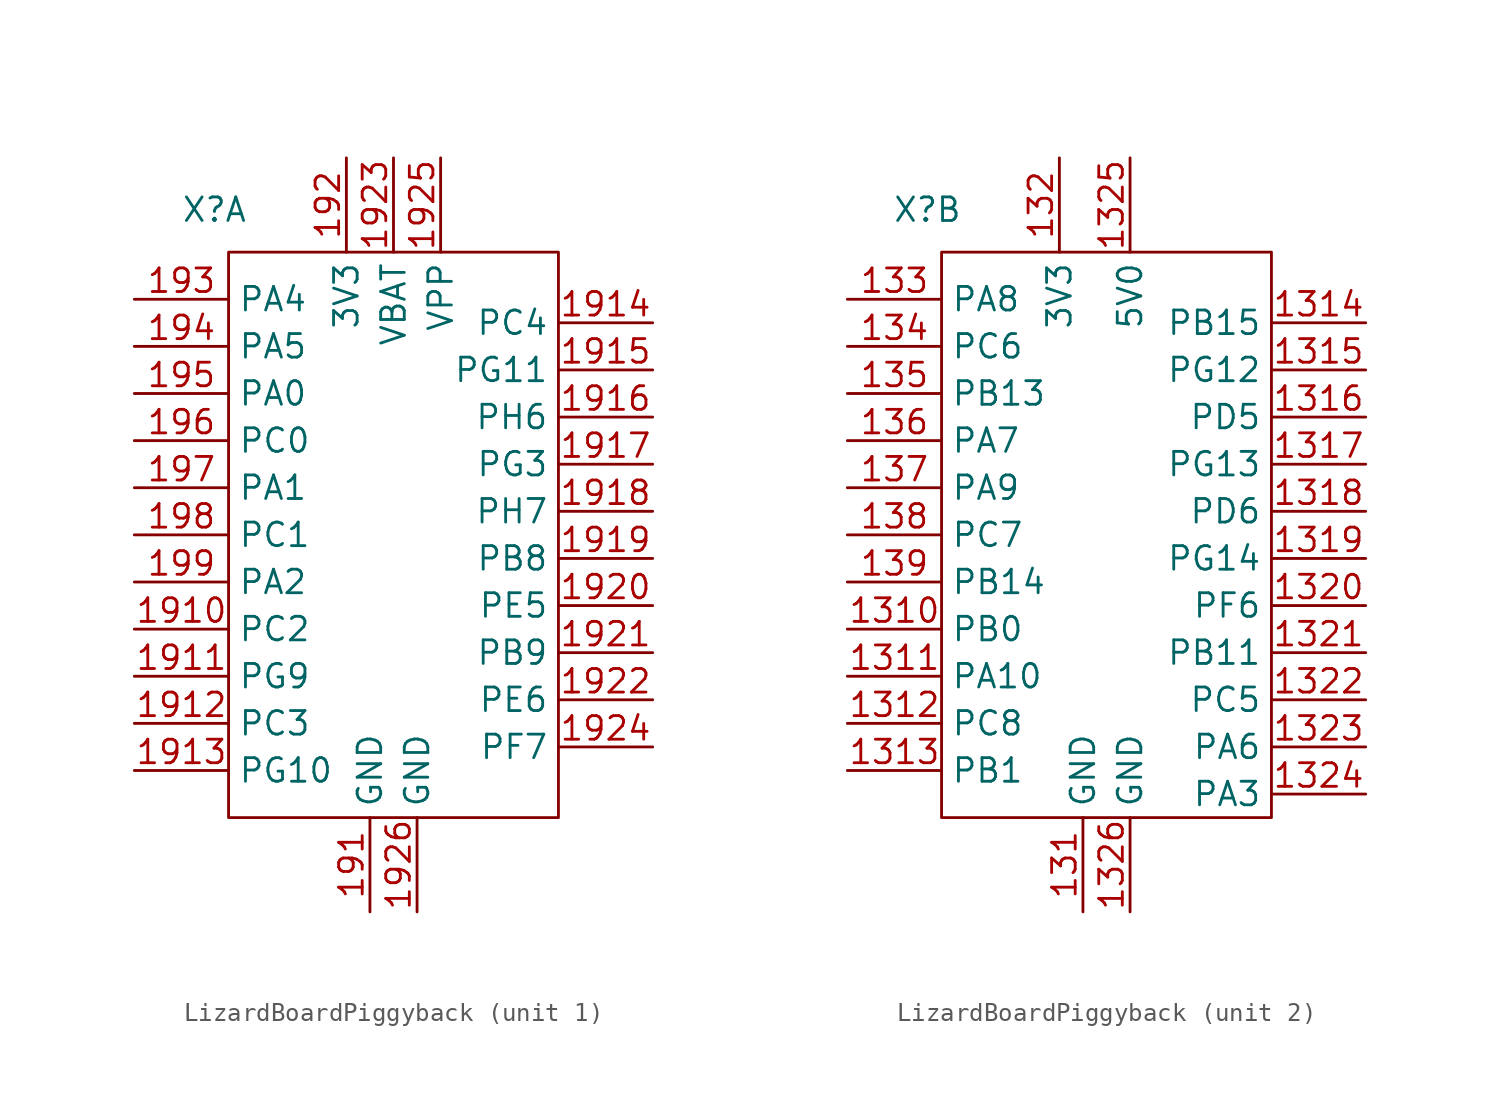
<source format=kicad_sym>
(kicad_symbol_lib
  (version 20241209)
  (generator "kicad_symbol_editor")
  (generator_version "9.0")
  (symbol "LizardBoardPiggyback"
    (property "Reference" "X"
      (at -9.652 16.256 0)
      (effects (font (size 1.27 1.27))))
    (property "Value" ""
      (at 0 0 0)
      (effects (font (size 1.27 1.27))))
    (symbol "LizardBoardPiggyback_0_1"
      (rectangle (start -8.89 13.97) (end 8.89 -16.51) (stroke (width 0) (type default)) (fill (type none))))
    (symbol "LizardBoardPiggyback_1_1"
      (pin input line (at -13.97 11.43 0) (length 5.08) (name "PA4" (effects (font (size 1.27 1.27)))) (number "193" (effects (font (size 1.27 1.27)))))
      (pin input line (at -13.97 8.89 0) (length 5.08) (name "PA5" (effects (font (size 1.27 1.27)))) (number "194" (effects (font (size 1.27 1.27)))))
      (pin input line (at -13.97 6.35 0) (length 5.08) (name "PA0" (effects (font (size 1.27 1.27)))) (number "195" (effects (font (size 1.27 1.27)))))
      (pin input line (at -13.97 3.81 0) (length 5.08) (name "PC0" (effects (font (size 1.27 1.27)))) (number "196" (effects (font (size 1.27 1.27)))))
      (pin input line (at -13.97 1.27 0) (length 5.08) (name "PA1" (effects (font (size 1.27 1.27)))) (number "197" (effects (font (size 1.27 1.27)))))
      (pin input line (at -13.97 -1.27 0) (length 5.08) (name "PC1" (effects (font (size 1.27 1.27)))) (number "198" (effects (font (size 1.27 1.27)))))
      (pin input line (at -13.97 -3.81 0) (length 5.08) (name "PA2" (effects (font (size 1.27 1.27)))) (number "199" (effects (font (size 1.27 1.27)))))
      (pin input line (at -13.97 -6.35 0) (length 5.08) (name "PC2" (effects (font (size 1.27 1.27)))) (number "1910" (effects (font (size 1.27 1.27)))))
      (pin input line (at -13.97 -8.89 0) (length 5.08) (name "PG9" (effects (font (size 1.27 1.27)))) (number "1911" (effects (font (size 1.27 1.27)))))
      (pin input line (at -13.97 -11.43 0) (length 5.08) (name "PC3" (effects (font (size 1.27 1.27)))) (number "1912" (effects (font (size 1.27 1.27)))))
      (pin input line (at -13.97 -13.97 0) (length 5.08) (name "PG10" (effects (font (size 1.27 1.27)))) (number "1913" (effects (font (size 1.27 1.27)))))
      (pin input line (at -2.54 19.05 270) (length 5.08) (name "3V3" (effects (font (size 1.27 1.27)))) (number "192" (effects (font (size 1.27 1.27)))))
      (pin input line (at -1.27 -21.59 90) (length 5.08) (name "GND" (effects (font (size 1.27 1.27)))) (number "191" (effects (font (size 1.27 1.27)))))
      (pin input line (at 0 19.05 270) (length 5.08) (name "VBAT" (effects (font (size 1.27 1.27)))) (number "1923" (effects (font (size 1.27 1.27)))))
      (pin input line (at 1.27 -21.59 90) (length 5.08) (name "GND" (effects (font (size 1.27 1.27)))) (number "1926" (effects (font (size 1.27 1.27)))))
      (pin input line (at 2.54 19.05 270) (length 5.08) (name "VPP" (effects (font (size 1.27 1.27)))) (number "1925" (effects (font (size 1.27 1.27)))))
      (pin input line (at 13.97 10.16 180) (length 5.08) (name "PC4" (effects (font (size 1.27 1.27)))) (number "1914" (effects (font (size 1.27 1.27)))))
      (pin input line (at 13.97 7.62 180) (length 5.08) (name "PG11" (effects (font (size 1.27 1.27)))) (number "1915" (effects (font (size 1.27 1.27)))))
      (pin input line (at 13.97 5.08 180) (length 5.08) (name "PH6" (effects (font (size 1.27 1.27)))) (number "1916" (effects (font (size 1.27 1.27)))))
      (pin input line (at 13.97 2.54 180) (length 5.08) (name "PG3" (effects (font (size 1.27 1.27)))) (number "1917" (effects (font (size 1.27 1.27)))))
      (pin input line (at 13.97 0 180) (length 5.08) (name "PH7" (effects (font (size 1.27 1.27)))) (number "1918" (effects (font (size 1.27 1.27)))))
      (pin input line (at 13.97 -2.54 180) (length 5.08) (name "PB8" (effects (font (size 1.27 1.27)))) (number "1919" (effects (font (size 1.27 1.27)))))
      (pin input line (at 13.97 -5.08 180) (length 5.08) (name "PE5" (effects (font (size 1.27 1.27)))) (number "1920" (effects (font (size 1.27 1.27)))))
      (pin input line (at 13.97 -7.62 180) (length 5.08) (name "PB9" (effects (font (size 1.27 1.27)))) (number "1921" (effects (font (size 1.27 1.27)))))
      (pin input line (at 13.97 -10.16 180) (length 5.08) (name "PE6" (effects (font (size 1.27 1.27)))) (number "1922" (effects (font (size 1.27 1.27)))))
      (pin input line (at 13.97 -12.7 180) (length 5.08) (name "PF7" (effects (font (size 1.27 1.27)))) (number "1924" (effects (font (size 1.27 1.27))))))
    (symbol "LizardBoardPiggyback_2_1"
      (pin input line (at -13.97 11.43 0) (length 5.08) (name "PA8" (effects (font (size 1.27 1.27)))) (number "133" (effects (font (size 1.27 1.27)))))
      (pin input line (at -13.97 8.89 0) (length 5.08) (name "PC6" (effects (font (size 1.27 1.27)))) (number "134" (effects (font (size 1.27 1.27)))))
      (pin input line (at -13.97 6.35 0) (length 5.08) (name "PB13" (effects (font (size 1.27 1.27)))) (number "135" (effects (font (size 1.27 1.27)))))
      (pin input line (at -13.97 3.81 0) (length 5.08) (name "PA7" (effects (font (size 1.27 1.27)))) (number "136" (effects (font (size 1.27 1.27)))))
      (pin input line (at -13.97 1.27 0) (length 5.08) (name "PA9" (effects (font (size 1.27 1.27)))) (number "137" (effects (font (size 1.27 1.27)))))
      (pin input line (at -13.97 -1.27 0) (length 5.08) (name "PC7" (effects (font (size 1.27 1.27)))) (number "138" (effects (font (size 1.27 1.27)))))
      (pin input line (at -13.97 -3.81 0) (length 5.08) (name "PB14" (effects (font (size 1.27 1.27)))) (number "139" (effects (font (size 1.27 1.27)))))
      (pin input line (at -13.97 -6.35 0) (length 5.08) (name "PB0" (effects (font (size 1.27 1.27)))) (number "1310" (effects (font (size 1.27 1.27)))))
      (pin input line (at -13.97 -8.89 0) (length 5.08) (name "PA10" (effects (font (size 1.27 1.27)))) (number "1311" (effects (font (size 1.27 1.27)))))
      (pin input line (at -13.97 -11.43 0) (length 5.08) (name "PC8" (effects (font (size 1.27 1.27)))) (number "1312" (effects (font (size 1.27 1.27)))))
      (pin input line (at -13.97 -13.97 0) (length 5.08) (name "PB1" (effects (font (size 1.27 1.27)))) (number "1313" (effects (font (size 1.27 1.27)))))
      (pin input line (at -2.54 19.05 270) (length 5.08) (name "3V3" (effects (font (size 1.27 1.27)))) (number "132" (effects (font (size 1.27 1.27)))))
      (pin input line (at -1.27 -21.59 90) (length 5.08) (name "GND" (effects (font (size 1.27 1.27)))) (number "131" (effects (font (size 1.27 1.27)))))
      (pin input line (at 1.27 19.05 270) (length 5.08) (name "5V0" (effects (font (size 1.27 1.27)))) (number "1325" (effects (font (size 1.27 1.27)))))
      (pin input line (at 1.27 -21.59 90) (length 5.08) (name "GND" (effects (font (size 1.27 1.27)))) (number "1326" (effects (font (size 1.27 1.27)))))
      (pin input line (at 13.97 10.16 180) (length 5.08) (name "PB15" (effects (font (size 1.27 1.27)))) (number "1314" (effects (font (size 1.27 1.27)))))
      (pin input line (at 13.97 7.62 180) (length 5.08) (name "PG12" (effects (font (size 1.27 1.27)))) (number "1315" (effects (font (size 1.27 1.27)))))
      (pin input line (at 13.97 5.08 180) (length 5.08) (name "PD5" (effects (font (size 1.27 1.27)))) (number "1316" (effects (font (size 1.27 1.27)))))
      (pin input line (at 13.97 2.54 180) (length 5.08) (name "PG13" (effects (font (size 1.27 1.27)))) (number "1317" (effects (font (size 1.27 1.27)))))
      (pin input line (at 13.97 0 180) (length 5.08) (name "PD6" (effects (font (size 1.27 1.27)))) (number "1318" (effects (font (size 1.27 1.27)))))
      (pin input line (at 13.97 -2.54 180) (length 5.08) (name "PG14" (effects (font (size 1.27 1.27)))) (number "1319" (effects (font (size 1.27 1.27)))))
      (pin input line (at 13.97 -5.08 180) (length 5.08) (name "PF6" (effects (font (size 1.27 1.27)))) (number "1320" (effects (font (size 1.27 1.27)))))
      (pin input line (at 13.97 -7.62 180) (length 5.08) (name "PB11" (effects (font (size 1.27 1.27)))) (number "1321" (effects (font (size 1.27 1.27)))))
      (pin input line (at 13.97 -10.16 180) (length 5.08) (name "PC5" (effects (font (size 1.27 1.27)))) (number "1322" (effects (font (size 1.27 1.27)))))
      (pin input line (at 13.97 -12.7 180) (length 5.08) (name "PA6" (effects (font (size 1.27 1.27)))) (number "1323" (effects (font (size 1.27 1.27)))))
      (pin input line (at 13.97 -15.24 180) (length 5.08) (name "PA3" (effects (font (size 1.27 1.27)))) (number "1324" (effects (font (size 1.27 1.27))))))))
</source>
